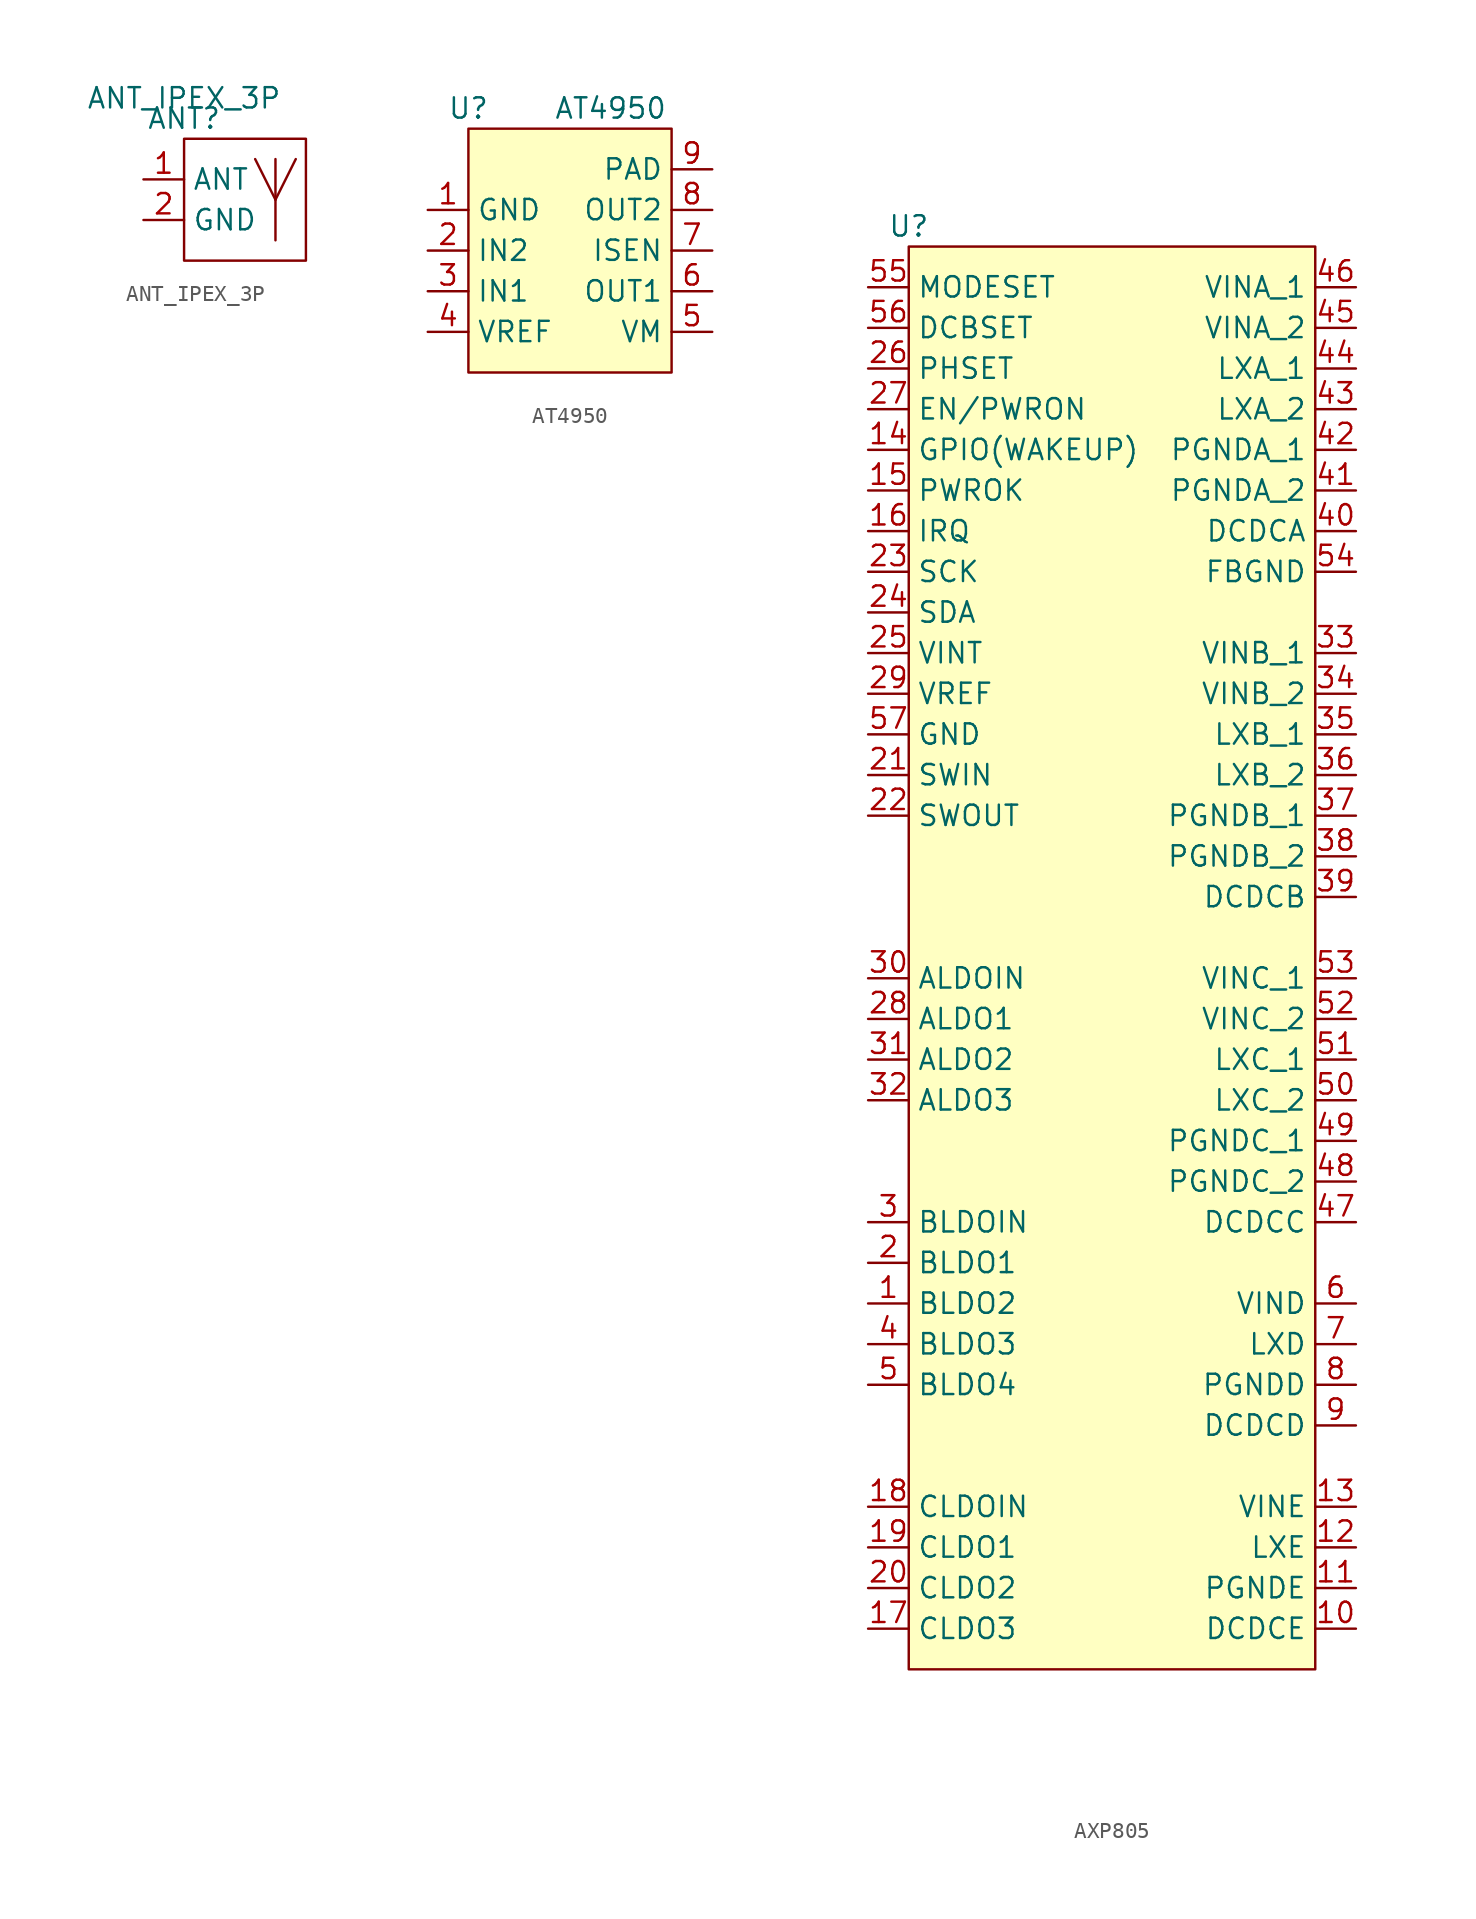
<source format=kicad_sym>
(kicad_symbol_lib
  (version 20220914)
  (generator kicad_symbol_editor)
  (symbol "ANT_IPEX_3P"
    (property "Reference" "ANT"
      (at 0 1.27 0)
      (effects (font (size 1.27 1.27))))
    (property "Value" "ANT_IPEX_3P"
      (at 0 2.54 0)
      (effects (font (size 1.27 1.27))))
    (symbol "ANT_IPEX_3P_0_1"
      (polyline (pts (xy 5.715 -3.81) (xy 5.715 -1.27)) (stroke (width 0) (type default)) (fill (type none)))
      (polyline (pts (xy 5.715 -3.81) (xy 6.985 -1.27)) (stroke (width 0) (type default)) (fill (type none)))
      (polyline (pts (xy 4.445 -1.27) (xy 5.715 -3.81) (xy 5.715 -6.35)) (stroke (width 0) (type default)) (fill (type none)))
      (rectangle (start 0 0) (end 7.62 -7.62) (stroke (width 0) (type default)) (fill (type none))))
    (symbol "ANT_IPEX_3P_1_1"
      (pin bidirectional line (at -2.54 -2.54 0) (length 2.54) (name "ANT" (effects (font (size 1.27 1.27)))) (number "1" (effects (font (size 1.27 1.27)))))
      (pin power_in line (at -2.54 -5.08 0) (length 2.54) (name "GND" (effects (font (size 1.27 1.27)))) (number "2" (effects (font (size 1.27 1.27)))))))
  (symbol "AT4950"
    (property "Reference" "U"
      (at 0 1.27 0)
      (effects (font (size 1.27 1.27))))
    (property "Value" "AT4950"
      (at 8.89 1.27 0)
      (effects (font (size 1.27 1.27))))
    (symbol "AT4950_0_1"
      (rectangle (start 0 0) (end 12.7 -15.24) (stroke (width 0) (type default)) (fill (type background))))
    (symbol "AT4950_1_1"
      (pin power_in line (at -2.54 -5.08 0) (length 2.54) (name "GND" (effects (font (size 1.27 1.27)))) (number "1" (effects (font (size 1.27 1.27)))))
      (pin input line (at -2.54 -7.62 0) (length 2.54) (name "IN2" (effects (font (size 1.27 1.27)))) (number "2" (effects (font (size 1.27 1.27)))))
      (pin input line (at -2.54 -10.16 0) (length 2.54) (name "IN1" (effects (font (size 1.27 1.27)))) (number "3" (effects (font (size 1.27 1.27)))))
      (pin input line (at -2.54 -12.7 0) (length 2.54) (name "VREF" (effects (font (size 1.27 1.27)))) (number "4" (effects (font (size 1.27 1.27)))))
      (pin power_in line (at 15.24 -12.7 180) (length 2.54) (name "VM" (effects (font (size 1.27 1.27)))) (number "5" (effects (font (size 1.27 1.27)))))
      (pin output line (at 15.24 -10.16 180) (length 2.54) (name "OUT1" (effects (font (size 1.27 1.27)))) (number "6" (effects (font (size 1.27 1.27)))))
      (pin output line (at 15.24 -7.62 180) (length 2.54) (name "ISEN" (effects (font (size 1.27 1.27)))) (number "7" (effects (font (size 1.27 1.27)))))
      (pin output line (at 15.24 -5.08 180) (length 2.54) (name "OUT2" (effects (font (size 1.27 1.27)))) (number "8" (effects (font (size 1.27 1.27)))))
      (pin power_in line (at 15.24 -2.54 180) (length 2.54) (name "PAD" (effects (font (size 1.27 1.27)))) (number "9" (effects (font (size 1.27 1.27)))))))
  (symbol "AXP805"
    (property "Reference" "U"
      (at 0 1.27 0)
      (effects (font (size 1.27 1.27))))
    (property "Value" ""
      (at 0 0 0)
      (effects (font (size 1.27 1.27))))
    (symbol "AXP805_0_1"
      (rectangle (start 0 0) (end 25.4 -88.9) (stroke (width 0) (type default)) (fill (type background))))
    (symbol "AXP805_1_1"
      (pin bidirectional line (at -2.54 -66.04 0) (length 2.54) (name "BLDO2" (effects (font (size 1.27 1.27)))) (number "1" (effects (font (size 1.27 1.27)))))
      (pin bidirectional line (at 27.94 -86.36 180) (length 2.54) (name "DCDCE" (effects (font (size 1.27 1.27)))) (number "10" (effects (font (size 1.27 1.27)))))
      (pin bidirectional line (at 27.94 -83.82 180) (length 2.54) (name "PGNDE" (effects (font (size 1.27 1.27)))) (number "11" (effects (font (size 1.27 1.27)))))
      (pin bidirectional line (at 27.94 -81.28 180) (length 2.54) (name "LXE" (effects (font (size 1.27 1.27)))) (number "12" (effects (font (size 1.27 1.27)))))
      (pin bidirectional line (at 27.94 -78.74 180) (length 2.54) (name "VINE" (effects (font (size 1.27 1.27)))) (number "13" (effects (font (size 1.27 1.27)))))
      (pin bidirectional line (at -2.54 -12.7 0) (length 2.54) (name "GPIO(WAKEUP)" (effects (font (size 1.27 1.27)))) (number "14" (effects (font (size 1.27 1.27)))))
      (pin bidirectional line (at -2.54 -15.24 0) (length 2.54) (name "PWROK" (effects (font (size 1.27 1.27)))) (number "15" (effects (font (size 1.27 1.27)))))
      (pin bidirectional line (at -2.54 -17.78 0) (length 2.54) (name "IRQ" (effects (font (size 1.27 1.27)))) (number "16" (effects (font (size 1.27 1.27)))))
      (pin bidirectional line (at -2.54 -86.36 0) (length 2.54) (name "CLDO3" (effects (font (size 1.27 1.27)))) (number "17" (effects (font (size 1.27 1.27)))))
      (pin bidirectional line (at -2.54 -78.74 0) (length 2.54) (name "CLDOIN" (effects (font (size 1.27 1.27)))) (number "18" (effects (font (size 1.27 1.27)))))
      (pin bidirectional line (at -2.54 -81.28 0) (length 2.54) (name "CLDO1" (effects (font (size 1.27 1.27)))) (number "19" (effects (font (size 1.27 1.27)))))
      (pin bidirectional line (at -2.54 -63.5 0) (length 2.54) (name "BLDO1" (effects (font (size 1.27 1.27)))) (number "2" (effects (font (size 1.27 1.27)))))
      (pin bidirectional line (at -2.54 -83.82 0) (length 2.54) (name "CLDO2" (effects (font (size 1.27 1.27)))) (number "20" (effects (font (size 1.27 1.27)))))
      (pin bidirectional line (at -2.54 -33.02 0) (length 2.54) (name "SWIN" (effects (font (size 1.27 1.27)))) (number "21" (effects (font (size 1.27 1.27)))))
      (pin bidirectional line (at -2.54 -35.56 0) (length 2.54) (name "SWOUT" (effects (font (size 1.27 1.27)))) (number "22" (effects (font (size 1.27 1.27)))))
      (pin bidirectional line (at -2.54 -20.32 0) (length 2.54) (name "SCK" (effects (font (size 1.27 1.27)))) (number "23" (effects (font (size 1.27 1.27)))))
      (pin bidirectional line (at -2.54 -22.86 0) (length 2.54) (name "SDA" (effects (font (size 1.27 1.27)))) (number "24" (effects (font (size 1.27 1.27)))))
      (pin bidirectional line (at -2.54 -25.4 0) (length 2.54) (name "VINT" (effects (font (size 1.27 1.27)))) (number "25" (effects (font (size 1.27 1.27)))))
      (pin bidirectional line (at -2.54 -7.62 0) (length 2.54) (name "PHSET" (effects (font (size 1.27 1.27)))) (number "26" (effects (font (size 1.27 1.27)))))
      (pin bidirectional line (at -2.54 -10.16 0) (length 2.54) (name "EN/PWRON" (effects (font (size 1.27 1.27)))) (number "27" (effects (font (size 1.27 1.27)))))
      (pin bidirectional line (at -2.54 -48.26 0) (length 2.54) (name "ALDO1" (effects (font (size 1.27 1.27)))) (number "28" (effects (font (size 1.27 1.27)))))
      (pin bidirectional line (at -2.54 -27.94 0) (length 2.54) (name "VREF" (effects (font (size 1.27 1.27)))) (number "29" (effects (font (size 1.27 1.27)))))
      (pin bidirectional line (at -2.54 -60.96 0) (length 2.54) (name "BLDOIN" (effects (font (size 1.27 1.27)))) (number "3" (effects (font (size 1.27 1.27)))))
      (pin bidirectional line (at -2.54 -45.72 0) (length 2.54) (name "ALDOIN" (effects (font (size 1.27 1.27)))) (number "30" (effects (font (size 1.27 1.27)))))
      (pin bidirectional line (at -2.54 -50.8 0) (length 2.54) (name "ALDO2" (effects (font (size 1.27 1.27)))) (number "31" (effects (font (size 1.27 1.27)))))
      (pin bidirectional line (at -2.54 -53.34 0) (length 2.54) (name "ALDO3" (effects (font (size 1.27 1.27)))) (number "32" (effects (font (size 1.27 1.27)))))
      (pin bidirectional line (at 27.94 -25.4 180) (length 2.54) (name "VINB_1" (effects (font (size 1.27 1.27)))) (number "33" (effects (font (size 1.27 1.27)))))
      (pin bidirectional line (at 27.94 -27.94 180) (length 2.54) (name "VINB_2" (effects (font (size 1.27 1.27)))) (number "34" (effects (font (size 1.27 1.27)))))
      (pin bidirectional line (at 27.94 -30.48 180) (length 2.54) (name "LXB_1" (effects (font (size 1.27 1.27)))) (number "35" (effects (font (size 1.27 1.27)))))
      (pin bidirectional line (at 27.94 -33.02 180) (length 2.54) (name "LXB_2" (effects (font (size 1.27 1.27)))) (number "36" (effects (font (size 1.27 1.27)))))
      (pin bidirectional line (at 27.94 -35.56 180) (length 2.54) (name "PGNDB_1" (effects (font (size 1.27 1.27)))) (number "37" (effects (font (size 1.27 1.27)))))
      (pin bidirectional line (at 27.94 -38.1 180) (length 2.54) (name "PGNDB_2" (effects (font (size 1.27 1.27)))) (number "38" (effects (font (size 1.27 1.27)))))
      (pin bidirectional line (at 27.94 -40.64 180) (length 2.54) (name "DCDCB" (effects (font (size 1.27 1.27)))) (number "39" (effects (font (size 1.27 1.27)))))
      (pin bidirectional line (at -2.54 -68.58 0) (length 2.54) (name "BLDO3" (effects (font (size 1.27 1.27)))) (number "4" (effects (font (size 1.27 1.27)))))
      (pin bidirectional line (at 27.94 -17.78 180) (length 2.54) (name "DCDCA" (effects (font (size 1.27 1.27)))) (number "40" (effects (font (size 1.27 1.27)))))
      (pin bidirectional line (at 27.94 -15.24 180) (length 2.54) (name "PGNDA_2" (effects (font (size 1.27 1.27)))) (number "41" (effects (font (size 1.27 1.27)))))
      (pin bidirectional line (at 27.94 -12.7 180) (length 2.54) (name "PGNDA_1" (effects (font (size 1.27 1.27)))) (number "42" (effects (font (size 1.27 1.27)))))
      (pin bidirectional line (at 27.94 -10.16 180) (length 2.54) (name "LXA_2" (effects (font (size 1.27 1.27)))) (number "43" (effects (font (size 1.27 1.27)))))
      (pin bidirectional line (at 27.94 -7.62 180) (length 2.54) (name "LXA_1" (effects (font (size 1.27 1.27)))) (number "44" (effects (font (size 1.27 1.27)))))
      (pin bidirectional line (at 27.94 -5.08 180) (length 2.54) (name "VINA_2" (effects (font (size 1.27 1.27)))) (number "45" (effects (font (size 1.27 1.27)))))
      (pin bidirectional line (at 27.94 -2.54 180) (length 2.54) (name "VINA_1" (effects (font (size 1.27 1.27)))) (number "46" (effects (font (size 1.27 1.27)))))
      (pin bidirectional line (at 27.94 -60.96 180) (length 2.54) (name "DCDCC" (effects (font (size 1.27 1.27)))) (number "47" (effects (font (size 1.27 1.27)))))
      (pin bidirectional line (at 27.94 -58.42 180) (length 2.54) (name "PGNDC_2" (effects (font (size 1.27 1.27)))) (number "48" (effects (font (size 1.27 1.27)))))
      (pin bidirectional line (at 27.94 -55.88 180) (length 2.54) (name "PGNDC_1" (effects (font (size 1.27 1.27)))) (number "49" (effects (font (size 1.27 1.27)))))
      (pin bidirectional line (at -2.54 -71.12 0) (length 2.54) (name "BLDO4" (effects (font (size 1.27 1.27)))) (number "5" (effects (font (size 1.27 1.27)))))
      (pin bidirectional line (at 27.94 -53.34 180) (length 2.54) (name "LXC_2" (effects (font (size 1.27 1.27)))) (number "50" (effects (font (size 1.27 1.27)))))
      (pin bidirectional line (at 27.94 -50.8 180) (length 2.54) (name "LXC_1" (effects (font (size 1.27 1.27)))) (number "51" (effects (font (size 1.27 1.27)))))
      (pin bidirectional line (at 27.94 -48.26 180) (length 2.54) (name "VINC_2" (effects (font (size 1.27 1.27)))) (number "52" (effects (font (size 1.27 1.27)))))
      (pin bidirectional line (at 27.94 -45.72 180) (length 2.54) (name "VINC_1" (effects (font (size 1.27 1.27)))) (number "53" (effects (font (size 1.27 1.27)))))
      (pin bidirectional line (at 27.94 -20.32 180) (length 2.54) (name "FBGND" (effects (font (size 1.27 1.27)))) (number "54" (effects (font (size 1.27 1.27)))))
      (pin bidirectional line (at -2.54 -2.54 0) (length 2.54) (name "MODESET" (effects (font (size 1.27 1.27)))) (number "55" (effects (font (size 1.27 1.27)))))
      (pin bidirectional line (at -2.54 -5.08 0) (length 2.54) (name "DCBSET" (effects (font (size 1.27 1.27)))) (number "56" (effects (font (size 1.27 1.27)))))
      (pin bidirectional line (at -2.54 -30.48 0) (length 2.54) (name "GND" (effects (font (size 1.27 1.27)))) (number "57" (effects (font (size 1.27 1.27)))))
      (pin bidirectional line (at 27.94 -66.04 180) (length 2.54) (name "VIND" (effects (font (size 1.27 1.27)))) (number "6" (effects (font (size 1.27 1.27)))))
      (pin bidirectional line (at 27.94 -68.58 180) (length 2.54) (name "LXD" (effects (font (size 1.27 1.27)))) (number "7" (effects (font (size 1.27 1.27)))))
      (pin bidirectional line (at 27.94 -71.12 180) (length 2.54) (name "PGNDD" (effects (font (size 1.27 1.27)))) (number "8" (effects (font (size 1.27 1.27)))))
      (pin bidirectional line (at 27.94 -73.66 180) (length 2.54) (name "DCDCD" (effects (font (size 1.27 1.27)))) (number "9" (effects (font (size 1.27 1.27))))))))
</source>
